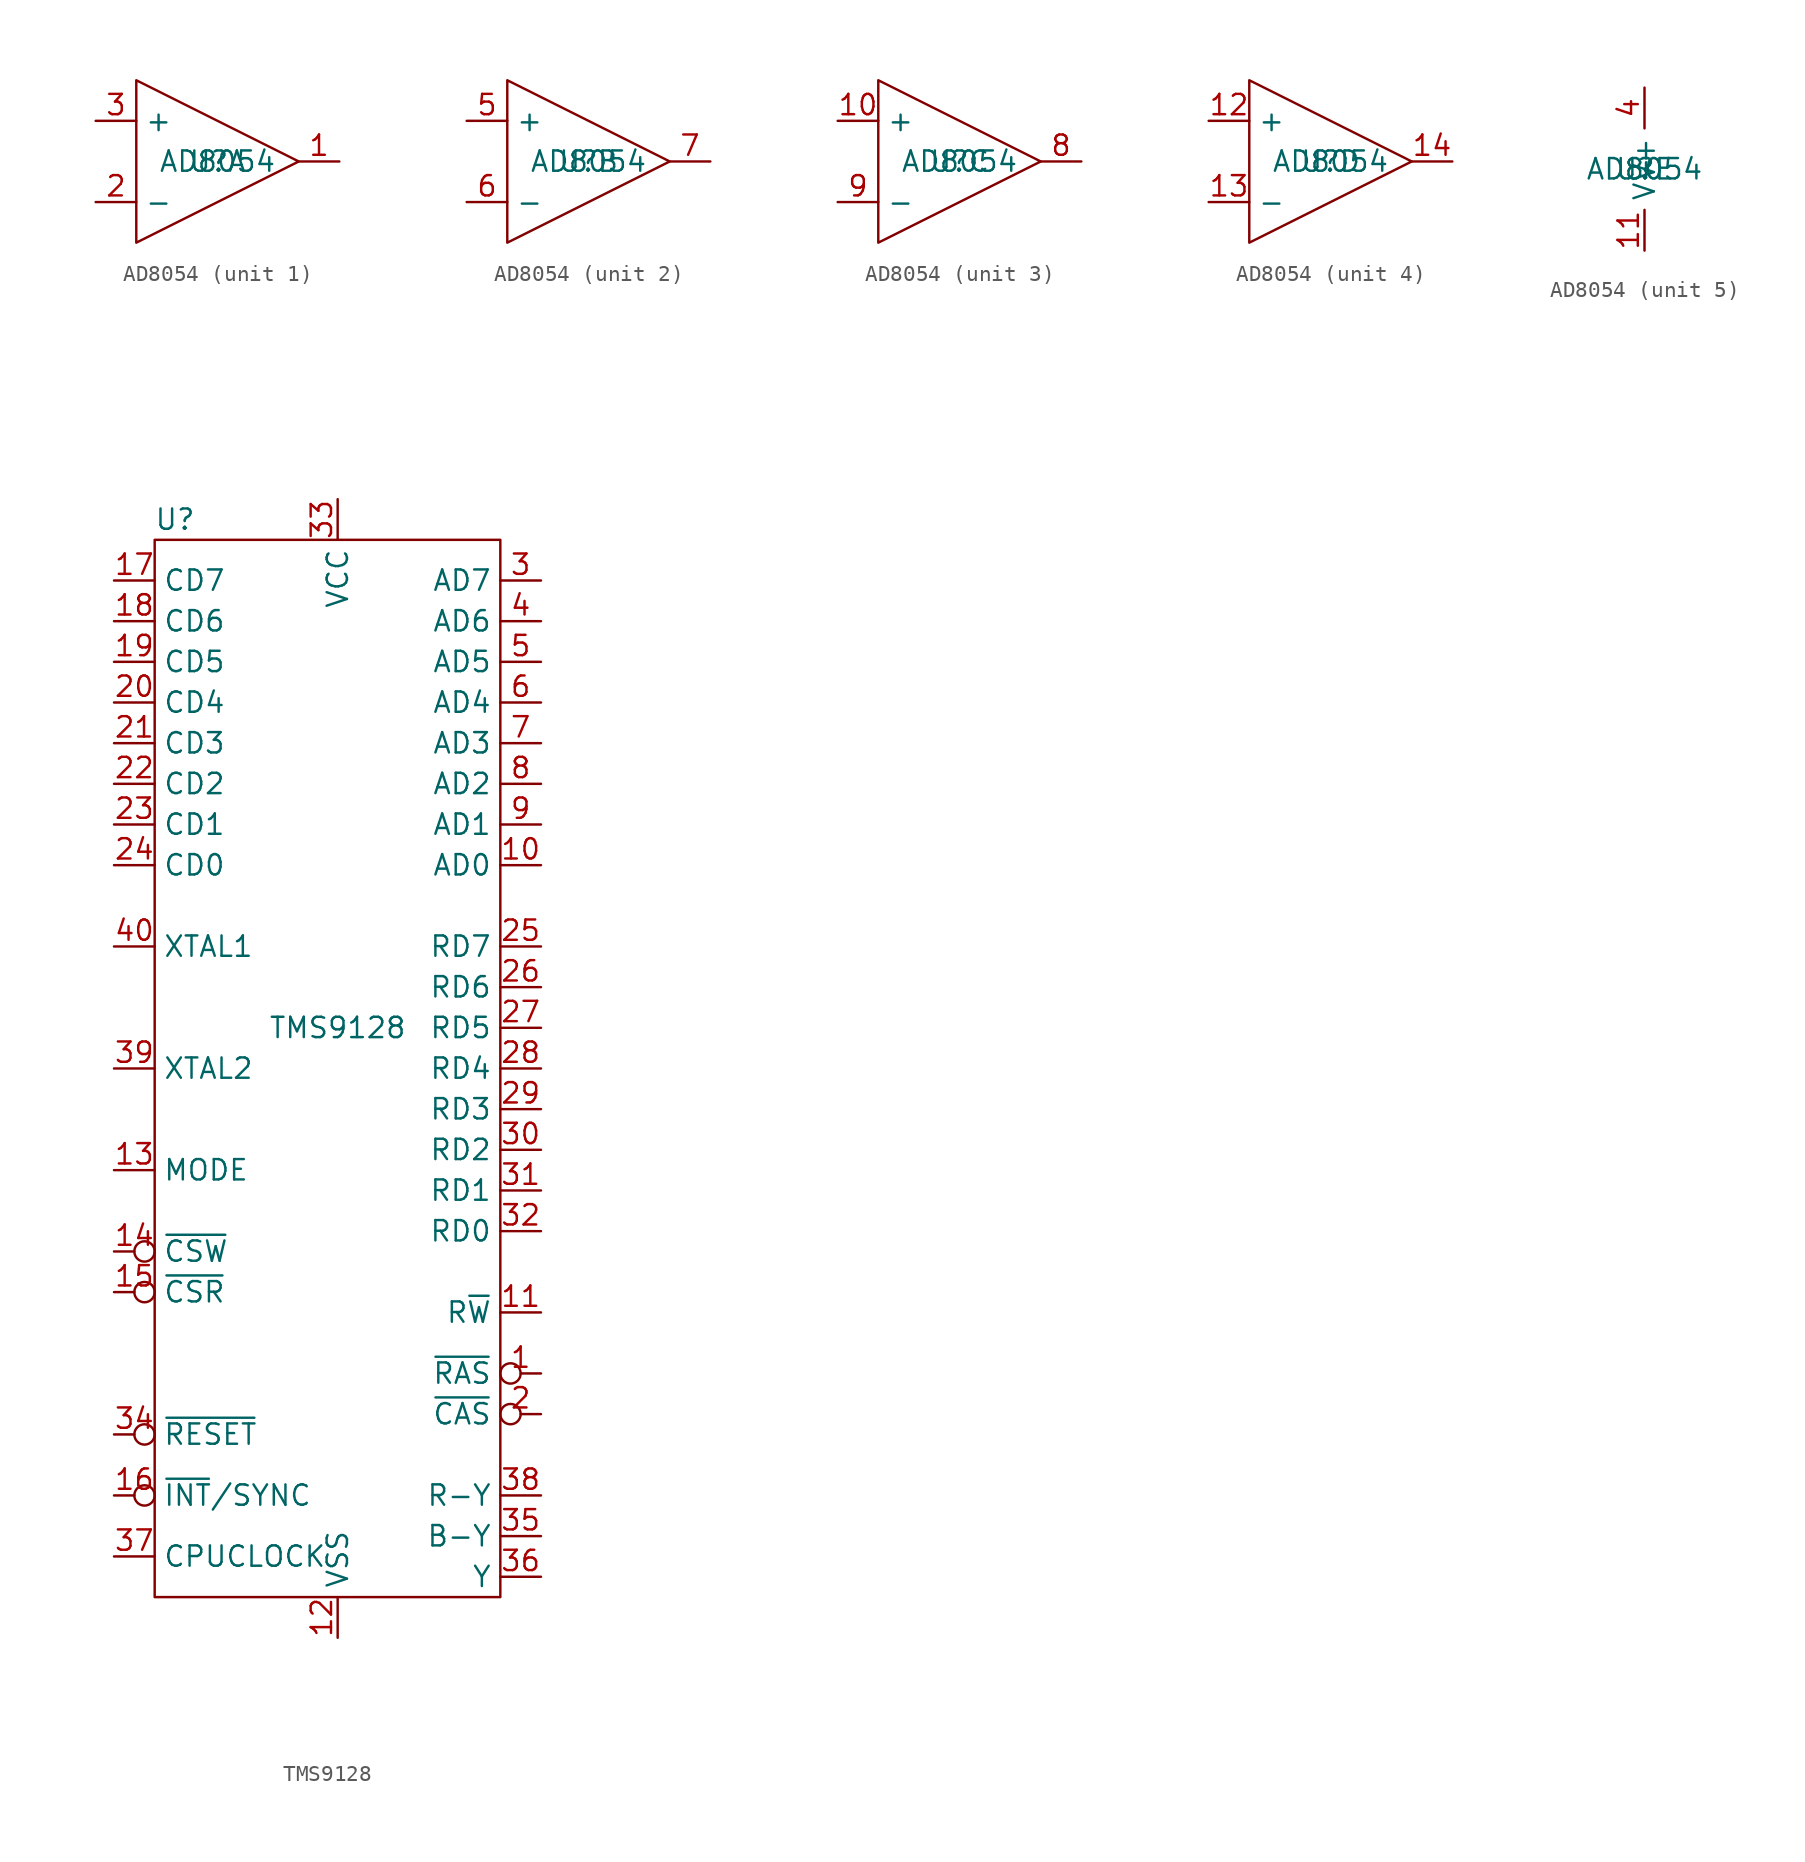
<source format=kicad_sym>
(kicad_symbol_lib
  (version 20211014)
  (generator kicad_symbol_editor)
  (symbol "AD8054"
    (property "Reference" "U"
      (at 0 0 0)
      (effects (font (size 1.27 1.27))))
    (property "Value" "AD8054"
      (at 0 0 0)
      (effects (font (size 1.27 1.27))))
    (property "ki_locked" ""
      (at 0 0 0)
      (effects (font (size 1.27 1.27))))
    (symbol "AD8054_1_1"
      (polyline (pts (xy -5.08 5.08) (xy -5.08 -5.08) (xy 5.08 0) (xy -5.08 5.08)) (stroke (width 0) (type default) (color 0 0 0 0)) (fill (type none)))
      (pin output line (at 7.62 0 180) (length 2.54) (name "~" (effects (font (size 1.27 1.27)))) (number "1" (effects (font (size 1.27 1.27)))))
      (pin input line (at -7.62 -2.54 0) (length 2.54) (name "-" (effects (font (size 1.27 1.27)))) (number "2" (effects (font (size 1.27 1.27)))))
      (pin input line (at -7.62 2.54 0) (length 2.54) (name "+" (effects (font (size 1.27 1.27)))) (number "3" (effects (font (size 1.27 1.27))))))
    (symbol "AD8054_2_1"
      (polyline (pts (xy -5.08 5.08) (xy -5.08 -5.08) (xy 5.08 0) (xy -5.08 5.08)) (stroke (width 0) (type default) (color 0 0 0 0)) (fill (type none)))
      (pin input line (at -7.62 2.54 0) (length 2.54) (name "+" (effects (font (size 1.27 1.27)))) (number "5" (effects (font (size 1.27 1.27)))))
      (pin input line (at -7.62 -2.54 0) (length 2.54) (name "-" (effects (font (size 1.27 1.27)))) (number "6" (effects (font (size 1.27 1.27)))))
      (pin output line (at 7.62 0 180) (length 2.54) (name "~" (effects (font (size 1.27 1.27)))) (number "7" (effects (font (size 1.27 1.27))))))
    (symbol "AD8054_3_1"
      (polyline (pts (xy -5.08 5.08) (xy -5.08 -5.08) (xy 5.08 0) (xy -5.08 5.08)) (stroke (width 0) (type default) (color 0 0 0 0)) (fill (type none)))
      (pin input line (at -7.62 2.54 0) (length 2.54) (name "+" (effects (font (size 1.27 1.27)))) (number "10" (effects (font (size 1.27 1.27)))))
      (pin output line (at 7.62 0 180) (length 2.54) (name "~" (effects (font (size 1.27 1.27)))) (number "8" (effects (font (size 1.27 1.27)))))
      (pin input line (at -7.62 -2.54 0) (length 2.54) (name "-" (effects (font (size 1.27 1.27)))) (number "9" (effects (font (size 1.27 1.27))))))
    (symbol "AD8054_4_1"
      (polyline (pts (xy -5.08 5.08) (xy -5.08 -5.08) (xy 5.08 0) (xy -5.08 5.08)) (stroke (width 0) (type default) (color 0 0 0 0)) (fill (type none)))
      (pin input line (at -7.62 2.54 0) (length 2.54) (name "+" (effects (font (size 1.27 1.27)))) (number "12" (effects (font (size 1.27 1.27)))))
      (pin input line (at -7.62 -2.54 0) (length 2.54) (name "-" (effects (font (size 1.27 1.27)))) (number "13" (effects (font (size 1.27 1.27)))))
      (pin output line (at 7.62 0 180) (length 2.54) (name "~" (effects (font (size 1.27 1.27)))) (number "14" (effects (font (size 1.27 1.27))))))
    (symbol "AD8054_5_1"
      (pin power_in line (at 0 -5.08 90) (length 2.54) (name "V-" (effects (font (size 1.27 1.27)))) (number "11" (effects (font (size 1.27 1.27)))))
      (pin power_in line (at 0 5.08 270) (length 2.54) (name "V+" (effects (font (size 1.27 1.27)))) (number "4" (effects (font (size 1.27 1.27)))))))
  (symbol "TMS9128"
    (property "Reference" "U"
      (at -10.16 31.75 0)
      (effects (font (size 1.27 1.27))))
    (property "Value" "TMS9128"
      (at 0 0 0)
      (effects (font (size 1.27 1.27))))
    (symbol "TMS9128_0_1"
      (rectangle (start -11.43 30.48) (end 10.16 -35.56) (stroke (width 0) (type default) (color 0 0 0 0)) (fill (type none))))
    (symbol "TMS9128_1_1"
      (pin output inverted (at 12.7 -21.59 180) (length 2.54) (name "~{RAS}" (effects (font (size 1.27 1.27)))) (number "1" (effects (font (size 1.27 1.27)))))
      (pin output line (at 12.7 10.16 180) (length 2.54) (name "AD0" (effects (font (size 1.27 1.27)))) (number "10" (effects (font (size 1.27 1.27)))))
      (pin output line (at 12.7 -17.78 180) (length 2.54) (name "R~{W}" (effects (font (size 1.27 1.27)))) (number "11" (effects (font (size 1.27 1.27)))))
      (pin power_in line (at 0 -38.1 90) (length 2.54) (name "VSS" (effects (font (size 1.27 1.27)))) (number "12" (effects (font (size 1.27 1.27)))))
      (pin input line (at -13.97 -8.89 0) (length 2.54) (name "MODE" (effects (font (size 1.27 1.27)))) (number "13" (effects (font (size 1.27 1.27)))))
      (pin input inverted (at -13.97 -13.97 0) (length 2.54) (name "~{CSW}" (effects (font (size 1.27 1.27)))) (number "14" (effects (font (size 1.27 1.27)))))
      (pin input inverted (at -13.97 -16.51 0) (length 2.54) (name "~{CSR}" (effects (font (size 1.27 1.27)))) (number "15" (effects (font (size 1.27 1.27)))))
      (pin output inverted (at -13.97 -29.21 0) (length 2.54) (name "~{INT}/SYNC" (effects (font (size 1.27 1.27)))) (number "16" (effects (font (size 1.27 1.27)))))
      (pin input line (at -13.97 27.94 0) (length 2.54) (name "CD7" (effects (font (size 1.27 1.27)))) (number "17" (effects (font (size 1.27 1.27)))))
      (pin input line (at -13.97 25.4 0) (length 2.54) (name "CD6" (effects (font (size 1.27 1.27)))) (number "18" (effects (font (size 1.27 1.27)))))
      (pin input line (at -13.97 22.86 0) (length 2.54) (name "CD5" (effects (font (size 1.27 1.27)))) (number "19" (effects (font (size 1.27 1.27)))))
      (pin output inverted (at 12.7 -24.13 180) (length 2.54) (name "~{CAS}" (effects (font (size 1.27 1.27)))) (number "2" (effects (font (size 1.27 1.27)))))
      (pin input line (at -13.97 20.32 0) (length 2.54) (name "CD4" (effects (font (size 1.27 1.27)))) (number "20" (effects (font (size 1.27 1.27)))))
      (pin input line (at -13.97 17.78 0) (length 2.54) (name "CD3" (effects (font (size 1.27 1.27)))) (number "21" (effects (font (size 1.27 1.27)))))
      (pin input line (at -13.97 15.24 0) (length 2.54) (name "CD2" (effects (font (size 1.27 1.27)))) (number "22" (effects (font (size 1.27 1.27)))))
      (pin input line (at -13.97 12.7 0) (length 2.54) (name "CD1" (effects (font (size 1.27 1.27)))) (number "23" (effects (font (size 1.27 1.27)))))
      (pin input line (at -13.97 10.16 0) (length 2.54) (name "CD0" (effects (font (size 1.27 1.27)))) (number "24" (effects (font (size 1.27 1.27)))))
      (pin bidirectional line (at 12.7 5.08 180) (length 2.54) (name "RD7" (effects (font (size 1.27 1.27)))) (number "25" (effects (font (size 1.27 1.27)))))
      (pin bidirectional line (at 12.7 2.54 180) (length 2.54) (name "RD6" (effects (font (size 1.27 1.27)))) (number "26" (effects (font (size 1.27 1.27)))))
      (pin bidirectional line (at 12.7 0 180) (length 2.54) (name "RD5" (effects (font (size 1.27 1.27)))) (number "27" (effects (font (size 1.27 1.27)))))
      (pin bidirectional line (at 12.7 -2.54 180) (length 2.54) (name "RD4" (effects (font (size 1.27 1.27)))) (number "28" (effects (font (size 1.27 1.27)))))
      (pin bidirectional line (at 12.7 -5.08 180) (length 2.54) (name "RD3" (effects (font (size 1.27 1.27)))) (number "29" (effects (font (size 1.27 1.27)))))
      (pin output line (at 12.7 27.94 180) (length 2.54) (name "AD7" (effects (font (size 1.27 1.27)))) (number "3" (effects (font (size 1.27 1.27)))))
      (pin bidirectional line (at 12.7 -7.62 180) (length 2.54) (name "RD2" (effects (font (size 1.27 1.27)))) (number "30" (effects (font (size 1.27 1.27)))))
      (pin bidirectional line (at 12.7 -10.16 180) (length 2.54) (name "RD1" (effects (font (size 1.27 1.27)))) (number "31" (effects (font (size 1.27 1.27)))))
      (pin bidirectional line (at 12.7 -12.7 180) (length 2.54) (name "RD0" (effects (font (size 1.27 1.27)))) (number "32" (effects (font (size 1.27 1.27)))))
      (pin power_in line (at 0 33.02 270) (length 2.54) (name "VCC" (effects (font (size 1.27 1.27)))) (number "33" (effects (font (size 1.27 1.27)))))
      (pin input inverted (at -13.97 -25.4 0) (length 2.54) (name "~{RESET}" (effects (font (size 1.27 1.27)))) (number "34" (effects (font (size 1.27 1.27)))))
      (pin output line (at 12.7 -31.75 180) (length 2.54) (name "B-Y" (effects (font (size 1.27 1.27)))) (number "35" (effects (font (size 1.27 1.27)))))
      (pin output line (at 12.7 -34.29 180) (length 2.54) (name "Y" (effects (font (size 1.27 1.27)))) (number "36" (effects (font (size 1.27 1.27)))))
      (pin output line (at -13.97 -33.02 0) (length 2.54) (name "CPUCLOCK" (effects (font (size 1.27 1.27)))) (number "37" (effects (font (size 1.27 1.27)))))
      (pin output line (at 12.7 -29.21 180) (length 2.54) (name "R-Y" (effects (font (size 1.27 1.27)))) (number "38" (effects (font (size 1.27 1.27)))))
      (pin input line (at -13.97 -2.54 0) (length 2.54) (name "XTAL2" (effects (font (size 1.27 1.27)))) (number "39" (effects (font (size 1.27 1.27)))))
      (pin output line (at 12.7 25.4 180) (length 2.54) (name "AD6" (effects (font (size 1.27 1.27)))) (number "4" (effects (font (size 1.27 1.27)))))
      (pin input line (at -13.97 5.08 0) (length 2.54) (name "XTAL1" (effects (font (size 1.27 1.27)))) (number "40" (effects (font (size 1.27 1.27)))))
      (pin output line (at 12.7 22.86 180) (length 2.54) (name "AD5" (effects (font (size 1.27 1.27)))) (number "5" (effects (font (size 1.27 1.27)))))
      (pin output line (at 12.7 20.32 180) (length 2.54) (name "AD4" (effects (font (size 1.27 1.27)))) (number "6" (effects (font (size 1.27 1.27)))))
      (pin output line (at 12.7 17.78 180) (length 2.54) (name "AD3" (effects (font (size 1.27 1.27)))) (number "7" (effects (font (size 1.27 1.27)))))
      (pin output line (at 12.7 15.24 180) (length 2.54) (name "AD2" (effects (font (size 1.27 1.27)))) (number "8" (effects (font (size 1.27 1.27)))))
      (pin output line (at 12.7 12.7 180) (length 2.54) (name "AD1" (effects (font (size 1.27 1.27)))) (number "9" (effects (font (size 1.27 1.27))))))))
</source>
